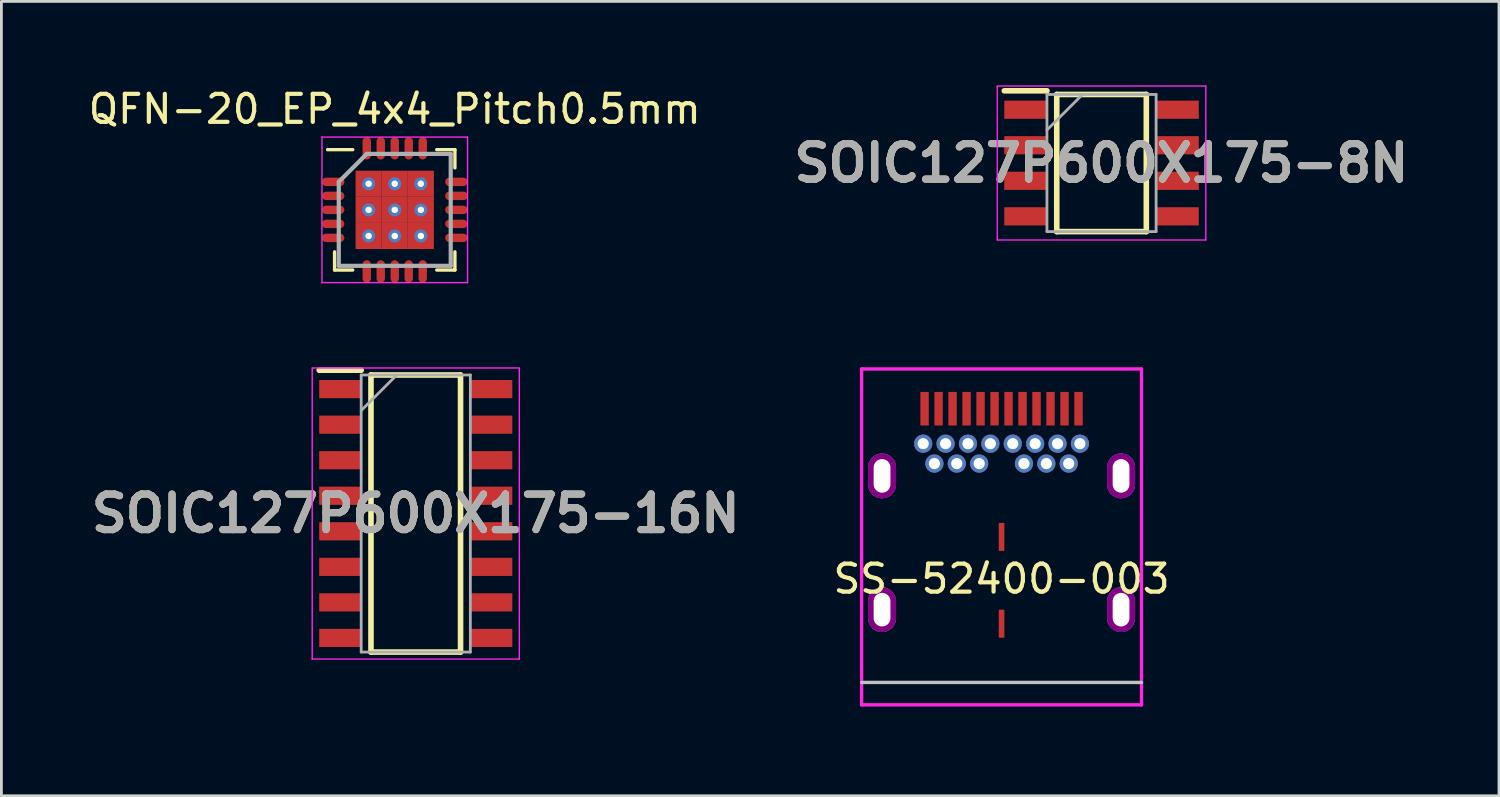
<source format=kicad_pcb>
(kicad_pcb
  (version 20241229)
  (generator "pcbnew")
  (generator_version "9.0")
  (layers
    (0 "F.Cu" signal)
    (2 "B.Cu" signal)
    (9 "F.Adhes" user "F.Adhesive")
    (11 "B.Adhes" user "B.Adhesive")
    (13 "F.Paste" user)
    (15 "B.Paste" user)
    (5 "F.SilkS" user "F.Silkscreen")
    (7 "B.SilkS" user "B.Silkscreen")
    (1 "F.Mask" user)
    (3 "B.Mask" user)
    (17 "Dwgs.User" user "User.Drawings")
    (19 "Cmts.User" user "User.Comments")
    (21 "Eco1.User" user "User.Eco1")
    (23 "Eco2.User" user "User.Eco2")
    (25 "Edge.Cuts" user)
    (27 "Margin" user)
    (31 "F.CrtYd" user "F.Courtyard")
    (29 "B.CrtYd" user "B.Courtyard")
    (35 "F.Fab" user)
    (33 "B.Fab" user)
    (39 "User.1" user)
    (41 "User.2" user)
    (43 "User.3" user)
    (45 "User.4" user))
  (footprint "SS-52400-003"
    (layer "F.Cu")
    (at 32.735 22.133)
    (property "Reference" "SS-52400-003" (at 0 -4.5 0) (layer "F.SilkS") (effects (font (size 1 1) (thickness 0.15))))
    (attr through_hole)
    (fp_line (start -5 -0.8) (end 5 -0.8) (stroke (width 0.12) (type solid)) (layer "Dwgs.User"))
    (fp_line (start -5 -12) (end 5 -12) (stroke (width 0.12) (type solid)) (layer "F.CrtYd"))
    (fp_line (start -5 0) (end -5 -12) (stroke (width 0.12) (type solid)) (layer "F.CrtYd"))
    (fp_line (start 5 -12) (end 5 0) (stroke (width 0.12) (type solid)) (layer "F.CrtYd"))
    (fp_line (start 5 0) (end -5 0) (stroke (width 0.12) (type solid)) (layer "F.CrtYd"))
    (pad "" np_thru_hole oval (at -4.27 -8.18) (size 1 1.6) (drill oval 0.6 1.2) (layers "*.Cu" "*.Adhes" "*.Paste" "*.Mask"))
    (pad "" np_thru_hole oval (at -4.27 -3.4) (size 1 1.6) (drill oval 0.6 1.2) (layers "*.Cu" "*.Adhes" "*.Paste" "*.Mask"))
    (pad "" np_thru_hole oval (at 4.27 -8.18) (size 1 1.6) (drill oval 0.6 1.2) (layers "*.Cu" "*.Adhes" "*.Paste" "*.Mask"))
    (pad "" np_thru_hole oval (at 4.27 -3.4) (size 1 1.6) (drill oval 0.6 1.2) (layers "*.Cu" "*.Adhes" "*.Paste" "*.Mask"))
    (pad "13" smd rect (at 0 -6) (size 0.2 1) (layers "F.Cu" "F.Mask" "F.Paste"))
    (pad "14" smd rect (at 0 -2.9) (size 0.2 1) (layers "F.Cu" "F.Mask" "F.Paste"))
    (pad "A1" smd rect (at -2.75 -10.58) (size 0.3 1.2) (layers "F.Cu" "F.Mask" "F.Paste"))
    (pad "A2" smd rect (at -2.25 -10.58) (size 0.3 1.2) (layers "F.Cu" "F.Mask" "F.Paste"))
    (pad "A3" smd rect (at -1.75 -10.58) (size 0.3 1.2) (layers "F.Cu" "F.Mask" "F.Paste"))
    (pad "A4" smd rect (at -1.25 -10.58) (size 0.3 1.2) (layers "F.Cu" "F.Mask" "F.Paste"))
    (pad "A5" smd rect (at -0.75 -10.58) (size 0.3 1.2) (layers "F.Cu" "F.Mask" "F.Paste"))
    (pad "A6" smd rect (at -0.25 -10.58) (size 0.3 1.2) (layers "F.Cu" "F.Mask" "F.Paste"))
    (pad "A7" smd rect (at 0.25 -10.58) (size 0.3 1.2) (layers "F.Cu" "F.Mask" "F.Paste"))
    (pad "A8" smd rect (at 0.75 -10.58) (size 0.3 1.2) (layers "F.Cu" "F.Mask" "F.Paste"))
    (pad "A9" smd rect (at 1.25 -10.58) (size 0.3 1.2) (layers "F.Cu" "F.Mask" "F.Paste"))
    (pad "A10" smd rect (at 1.75 -10.58) (size 0.3 1.2) (layers "F.Cu" "F.Mask" "F.Paste"))
    (pad "A11" smd rect (at 2.25 -10.58) (size 0.3 1.2) (layers "F.Cu" "F.Mask" "F.Paste"))
    (pad "A12" smd rect (at 2.75 -10.58) (size 0.3 1.2) (layers "F.Cu" "F.Mask" "F.Paste"))
    (pad "B1" thru_hole circle (at 2.8 -9.33) (size 0.65 0.65) (drill 0.4) (layers "*.Cu" "*.Mask"))
    (pad "B2" thru_hole circle (at 2.4 -8.62) (size 0.65 0.65) (drill 0.4) (layers "*.Cu" "*.Mask"))
    (pad "B3" thru_hole circle (at 1.6 -8.62) (size 0.65 0.65) (drill 0.4) (layers "*.Cu" "*.Mask"))
    (pad "B4" thru_hole circle (at 1.2 -9.33) (size 0.65 0.65) (drill 0.4) (layers "*.Cu" "*.Mask"))
    (pad "B5" thru_hole circle (at 0.8 -8.62) (size 0.65 0.65) (drill 0.4) (layers "*.Cu" "*.Mask"))
    (pad "B6" thru_hole circle (at 0.4 -9.33) (size 0.65 0.65) (drill 0.4) (layers "*.Cu" "*.Mask"))
    (pad "B7" thru_hole circle (at -0.4 -9.33) (size 0.65 0.65) (drill 0.4) (layers "*.Cu" "*.Mask"))
    (pad "B8" thru_hole circle (at -0.8 -8.62) (size 0.65 0.65) (drill 0.4) (layers "*.Cu" "*.Mask"))
    (pad "B9" thru_hole circle (at -1.2 -9.33) (size 0.65 0.65) (drill 0.4) (layers "*.Cu" "*.Mask"))
    (pad "B10" thru_hole circle (at -1.6 -8.62) (size 0.65 0.65) (drill 0.4) (layers "*.Cu" "*.Mask"))
    (pad "B11" thru_hole circle (at -2.4 -8.62) (size 0.65 0.65) (drill 0.4) (layers "*.Cu" "*.Mask"))
    (pad "B12" thru_hole circle (at -2.8 -9.33) (size 0.65 0.65) (drill 0.4) (layers "*.Cu" "*.Mask"))
    (pad "S1" thru_hole circle (at -2 -9.33) (size 0.65 0.65) (drill 0.4) (layers "*.Cu" "*.Mask"))
    (pad "S1" thru_hole circle (at 2 -9.33) (size 0.65 0.65) (drill 0.4) (layers "*.Cu" "*.Mask")))
  (footprint "SOIC127P600X175-8N"
    (layer "F.Cu")
    (at 36.307 2.775)
    (property "Reference" "SOIC127P600X175-8N" (at 0 0 0) (layer "F.SilkS") (effects (font (size 1.27 1.27) (thickness 0.254))))
    (attr smd)
    (fp_line (start -3.475 -2.58) (end -1.95 -2.58) (stroke (width 0.2) (type solid)) (layer "F.SilkS"))
    (fp_line (start -1.6 -2.45) (end 1.6 -2.45) (stroke (width 0.2) (type solid)) (layer "F.SilkS"))
    (fp_line (start -1.6 2.45) (end -1.6 -2.45) (stroke (width 0.2) (type solid)) (layer "F.SilkS"))
    (fp_line (start 1.6 -2.45) (end 1.6 2.45) (stroke (width 0.2) (type solid)) (layer "F.SilkS"))
    (fp_line (start 1.6 2.45) (end -1.6 2.45) (stroke (width 0.2) (type solid)) (layer "F.SilkS"))
    (fp_line (start -3.725 -2.75) (end 3.725 -2.75) (stroke (width 0.05) (type solid)) (layer "F.CrtYd"))
    (fp_line (start -3.725 2.75) (end -3.725 -2.75) (stroke (width 0.05) (type solid)) (layer "F.CrtYd"))
    (fp_line (start 3.725 -2.75) (end 3.725 2.75) (stroke (width 0.05) (type solid)) (layer "F.CrtYd"))
    (fp_line (start 3.725 2.75) (end -3.725 2.75) (stroke (width 0.05) (type solid)) (layer "F.CrtYd"))
    (fp_line (start -1.95 -2.45) (end 1.95 -2.45) (stroke (width 0.1) (type solid)) (layer "F.Fab"))
    (fp_line (start -1.95 -1.18) (end -0.68 -2.45) (stroke (width 0.1) (type solid)) (layer "F.Fab"))
    (fp_line (start -1.95 2.45) (end -1.95 -2.45) (stroke (width 0.1) (type solid)) (layer "F.Fab"))
    (fp_line (start 1.95 -2.45) (end 1.95 2.45) (stroke (width 0.1) (type solid)) (layer "F.Fab"))
    (fp_line (start 1.95 2.45) (end -1.95 2.45) (stroke (width 0.1) (type solid)) (layer "F.Fab"))
    (fp_text user "${REFERENCE}" (at 0 0 0) (layer "F.Fab") (effects (font (size 1.27 1.27) (thickness 0.254))))
    (pad "1" smd rect (at -2.712 -1.905 90) (size 0.65 1.525) (layers "F.Cu" "F.Mask" "F.Paste"))
    (pad "2" smd rect (at -2.712 -0.635 90) (size 0.65 1.525) (layers "F.Cu" "F.Mask" "F.Paste"))
    (pad "3" smd rect (at -2.712 0.635 90) (size 0.65 1.525) (layers "F.Cu" "F.Mask" "F.Paste"))
    (pad "4" smd rect (at -2.712 1.905 90) (size 0.65 1.525) (layers "F.Cu" "F.Mask" "F.Paste"))
    (pad "5" smd rect (at 2.712 1.905 90) (size 0.65 1.525) (layers "F.Cu" "F.Mask" "F.Paste"))
    (pad "6" smd rect (at 2.712 0.635 90) (size 0.65 1.525) (layers "F.Cu" "F.Mask" "F.Paste"))
    (pad "7" smd rect (at 2.712 -0.635 90) (size 0.65 1.525) (layers "F.Cu" "F.Mask" "F.Paste"))
    (pad "8" smd rect (at 2.712 -1.905 90) (size 0.65 1.525) (layers "F.Cu" "F.Mask" "F.Paste")))
  (footprint "SOIC127P600X175-16N"
    (layer "F.Cu")
    (at 11.805 15.298)
    (property "Reference" "SOIC127P600X175-16N" (at 0 0 0) (layer "F.SilkS") (effects (font (size 1.27 1.27) (thickness 0.254))))
    (attr smd)
    (fp_line (start -3.45 -5.12) (end -1.95 -5.12) (stroke (width 0.2) (type solid)) (layer "F.SilkS"))
    (fp_line (start -1.6 -4.95) (end 1.6 -4.95) (stroke (width 0.2) (type solid)) (layer "F.SilkS"))
    (fp_line (start -1.6 4.95) (end -1.6 -4.95) (stroke (width 0.2) (type solid)) (layer "F.SilkS"))
    (fp_line (start 1.6 -4.95) (end 1.6 4.95) (stroke (width 0.2) (type solid)) (layer "F.SilkS"))
    (fp_line (start 1.6 4.95) (end -1.6 4.95) (stroke (width 0.2) (type solid)) (layer "F.SilkS"))
    (fp_line (start -3.7 -5.2) (end 3.7 -5.2) (stroke (width 0.05) (type solid)) (layer "F.CrtYd"))
    (fp_line (start -3.7 5.2) (end -3.7 -5.2) (stroke (width 0.05) (type solid)) (layer "F.CrtYd"))
    (fp_line (start 3.7 -5.2) (end 3.7 5.2) (stroke (width 0.05) (type solid)) (layer "F.CrtYd"))
    (fp_line (start 3.7 5.2) (end -3.7 5.2) (stroke (width 0.05) (type solid)) (layer "F.CrtYd"))
    (fp_line (start -1.95 -4.95) (end 1.95 -4.95) (stroke (width 0.1) (type solid)) (layer "F.Fab"))
    (fp_line (start -1.95 -3.68) (end -0.68 -4.95) (stroke (width 0.1) (type solid)) (layer "F.Fab"))
    (fp_line (start -1.95 4.95) (end -1.95 -4.95) (stroke (width 0.1) (type solid)) (layer "F.Fab"))
    (fp_line (start 1.95 -4.95) (end 1.95 4.95) (stroke (width 0.1) (type solid)) (layer "F.Fab"))
    (fp_line (start 1.95 4.95) (end -1.95 4.95) (stroke (width 0.1) (type solid)) (layer "F.Fab"))
    (fp_text user "${REFERENCE}" (at 0 0 0) (layer "F.Fab") (effects (font (size 1.27 1.27) (thickness 0.254))))
    (pad "1" smd rect (at -2.7 -4.445 90) (size 0.65 1.5) (layers "F.Cu" "F.Mask" "F.Paste"))
    (pad "2" smd rect (at -2.7 -3.175 90) (size 0.65 1.5) (layers "F.Cu" "F.Mask" "F.Paste"))
    (pad "3" smd rect (at -2.7 -1.905 90) (size 0.65 1.5) (layers "F.Cu" "F.Mask" "F.Paste"))
    (pad "4" smd rect (at -2.7 -0.635 90) (size 0.65 1.5) (layers "F.Cu" "F.Mask" "F.Paste"))
    (pad "5" smd rect (at -2.7 0.635 90) (size 0.65 1.5) (layers "F.Cu" "F.Mask" "F.Paste"))
    (pad "6" smd rect (at -2.7 1.905 90) (size 0.65 1.5) (layers "F.Cu" "F.Mask" "F.Paste"))
    (pad "7" smd rect (at -2.7 3.175 90) (size 0.65 1.5) (layers "F.Cu" "F.Mask" "F.Paste"))
    (pad "8" smd rect (at -2.7 4.445 90) (size 0.65 1.5) (layers "F.Cu" "F.Mask" "F.Paste"))
    (pad "9" smd rect (at 2.7 4.445 90) (size 0.65 1.5) (layers "F.Cu" "F.Mask" "F.Paste"))
    (pad "10" smd rect (at 2.7 3.175 90) (size 0.65 1.5) (layers "F.Cu" "F.Mask" "F.Paste"))
    (pad "11" smd rect (at 2.7 1.905 90) (size 0.65 1.5) (layers "F.Cu" "F.Mask" "F.Paste"))
    (pad "12" smd rect (at 2.7 0.635 90) (size 0.65 1.5) (layers "F.Cu" "F.Mask" "F.Paste"))
    (pad "13" smd rect (at 2.7 -0.635 90) (size 0.65 1.5) (layers "F.Cu" "F.Mask" "F.Paste"))
    (pad "14" smd rect (at 2.7 -1.905 90) (size 0.65 1.5) (layers "F.Cu" "F.Mask" "F.Paste"))
    (pad "15" smd rect (at 2.7 -3.175 90) (size 0.65 1.5) (layers "F.Cu" "F.Mask" "F.Paste"))
    (pad "16" smd rect (at 2.7 -4.445 90) (size 0.65 1.5) (layers "F.Cu" "F.Mask" "F.Paste")))
  (footprint "QFN-20_EP_4x4_Pitch0.5mm"
    (layer "F.Cu")
    (at 11.054 4.448)
    (property "Reference" "QFN-20_EP_4x4_Pitch0.5mm" (at 0 -3.6 0) (layer "F.SilkS") (effects (font (size 1 1) (thickness 0.15))))
    (attr smd)
    (fp_line (start -2.15 2.15) (end -2.15 1.5) (stroke (width 0.12) (type solid)) (layer "F.SilkS"))
    (fp_line (start -1.5 -2.15) (end -2.4 -2.15) (stroke (width 0.12) (type solid)) (layer "F.SilkS"))
    (fp_line (start -1.5 2.15) (end -2.15 2.15) (stroke (width 0.12) (type solid)) (layer "F.SilkS"))
    (fp_line (start 1.5 -2.15) (end 2.15 -2.15) (stroke (width 0.12) (type solid)) (layer "F.SilkS"))
    (fp_line (start 1.5 2.15) (end 2.15 2.15) (stroke (width 0.12) (type solid)) (layer "F.SilkS"))
    (fp_line (start 2.15 -2.15) (end 2.15 -1.5) (stroke (width 0.12) (type solid)) (layer "F.SilkS"))
    (fp_line (start 2.15 2.15) (end 2.15 1.5) (stroke (width 0.12) (type solid)) (layer "F.SilkS"))
    (fp_line (start -2.6 -2.6) (end 2.6 -2.6) (stroke (width 0.05) (type solid)) (layer "F.CrtYd"))
    (fp_line (start -2.6 2.6) (end -2.6 -2.6) (stroke (width 0.05) (type solid)) (layer "F.CrtYd"))
    (fp_line (start 2.6 -2.6) (end 2.6 2.6) (stroke (width 0.05) (type solid)) (layer "F.CrtYd"))
    (fp_line (start 2.6 2.6) (end -2.6 2.6) (stroke (width 0.05) (type solid)) (layer "F.CrtYd"))
    (fp_line (start -2 -1) (end -2 2) (stroke (width 0.15) (type solid)) (layer "F.Fab"))
    (fp_line (start -2 2) (end 2 2) (stroke (width 0.15) (type solid)) (layer "F.Fab"))
    (fp_line (start -1 -2) (end -2 -1) (stroke (width 0.15) (type solid)) (layer "F.Fab"))
    (fp_line (start 2 -2) (end -1 -2) (stroke (width 0.15) (type solid)) (layer "F.Fab"))
    (fp_line (start 2 2) (end 2 -2) (stroke (width 0.15) (type solid)) (layer "F.Fab"))
    (pad "1" smd oval (at -2.2 -1 90) (size 0.3 0.8) (layers "F.Cu" "F.Mask" "F.Paste"))
    (pad "2" smd oval (at -2.2 -0.5 90) (size 0.3 0.8) (layers "F.Cu" "F.Mask" "F.Paste"))
    (pad "3" smd oval (at -2.2 0 90) (size 0.3 0.8) (layers "F.Cu" "F.Mask" "F.Paste"))
    (pad "4" smd oval (at -2.2 0.5 90) (size 0.3 0.8) (layers "F.Cu" "F.Mask" "F.Paste"))
    (pad "5" smd oval (at -2.2 1 90) (size 0.3 0.8) (layers "F.Cu" "F.Mask" "F.Paste"))
    (pad "6" smd oval (at -1 2.2) (size 0.3 0.8) (layers "F.Cu" "F.Mask" "F.Paste"))
    (pad "7" smd oval (at -0.5 2.2) (size 0.3 0.8) (layers "F.Cu" "F.Mask" "F.Paste"))
    (pad "8" smd oval (at 0 2.2) (size 0.3 0.8) (layers "F.Cu" "F.Mask" "F.Paste"))
    (pad "9" smd oval (at 0.5 2.2) (size 0.3 0.8) (layers "F.Cu" "F.Mask" "F.Paste"))
    (pad "10" smd oval (at 1 2.2) (size 0.3 0.8) (layers "F.Cu" "F.Mask" "F.Paste"))
    (pad "11" smd oval (at 2.2 1 90) (size 0.3 0.8) (layers "F.Cu" "F.Mask" "F.Paste"))
    (pad "12" smd oval (at 2.2 0.5 90) (size 0.3 0.8) (layers "F.Cu" "F.Mask" "F.Paste"))
    (pad "13" smd oval (at 2.2 0 90) (size 0.3 0.8) (layers "F.Cu" "F.Mask" "F.Paste"))
    (pad "14" smd oval (at 2.2 -0.5 90) (size 0.3 0.8) (layers "F.Cu" "F.Mask" "F.Paste"))
    (pad "15" smd oval (at 2.2 -1 90) (size 0.3 0.8) (layers "F.Cu" "F.Mask" "F.Paste"))
    (pad "16" smd oval (at 1 -2.2) (size 0.3 0.8) (layers "F.Cu" "F.Mask" "F.Paste"))
    (pad "17" smd oval (at 0.5 -2.2) (size 0.3 0.8) (layers "F.Cu" "F.Mask" "F.Paste"))
    (pad "18" smd oval (at 0 -2.2) (size 0.3 0.8) (layers "F.Cu" "F.Mask" "F.Paste"))
    (pad "19" smd oval (at -0.5 -2.2) (size 0.3 0.8) (layers "F.Cu" "F.Mask" "F.Paste"))
    (pad "20" smd oval (at -1 -2.2) (size 0.3 0.8) (layers "F.Cu" "F.Mask" "F.Paste"))
    (pad "21" thru_hole circle (at -0.933 -0.933) (size 0.467 0.467) (drill 0.233) (layers "*.Cu" "*.Mask"))
    (pad "21" smd rect (at -0.933 -0.933) (size 0.933 0.933) (layers "F.Cu" "F.Mask" "F.Paste"))
    (pad "21" thru_hole circle (at -0.933 0) (size 0.467 0.467) (drill 0.233) (layers "*.Cu" "*.Mask"))
    (pad "21" smd rect (at -0.933 0) (size 0.933 0.933) (layers "F.Cu" "F.Mask" "F.Paste"))
    (pad "21" thru_hole circle (at -0.933 0.933) (size 0.467 0.467) (drill 0.233) (layers "*.Cu" "*.Mask"))
    (pad "21" smd rect (at -0.933 0.933) (size 0.933 0.933) (layers "F.Cu" "F.Mask" "F.Paste"))
    (pad "21" thru_hole circle (at 0 -0.933) (size 0.467 0.467) (drill 0.233) (layers "*.Cu" "*.Mask"))
    (pad "21" smd rect (at 0 -0.933) (size 0.933 0.933) (layers "F.Cu" "F.Mask" "F.Paste"))
    (pad "21" thru_hole circle (at 0 0) (size 0.467 0.467) (drill 0.233) (layers "*.Cu" "*.Mask"))
    (pad "21" smd rect (at 0 0) (size 0.933 0.933) (layers "F.Cu" "F.Mask" "F.Paste"))
    (pad "21" thru_hole circle (at 0 0.933) (size 0.467 0.467) (drill 0.233) (layers "*.Cu" "*.Mask"))
    (pad "21" smd rect (at 0 0.933) (size 0.933 0.933) (layers "F.Cu" "F.Mask" "F.Paste"))
    (pad "21" thru_hole circle (at 0.933 -0.933) (size 0.467 0.467) (drill 0.233) (layers "*.Cu" "*.Mask"))
    (pad "21" smd rect (at 0.933 -0.933) (size 0.933 0.933) (layers "F.Cu" "F.Mask" "F.Paste"))
    (pad "21" thru_hole circle (at 0.933 0) (size 0.467 0.467) (drill 0.233) (layers "*.Cu" "*.Mask"))
    (pad "21" smd rect (at 0.933 0) (size 0.933 0.933) (layers "F.Cu" "F.Mask" "F.Paste"))
    (pad "21" thru_hole circle (at 0.933 0.933) (size 0.467 0.467) (drill 0.233) (layers "*.Cu" "*.Mask"))
    (pad "21" smd rect (at 0.933 0.933) (size 0.933 0.933) (layers "F.Cu" "F.Mask" "F.Paste")))
  (gr_rect
    (start -3 -3)
    (end 50.508 25.383)
    (stroke (width 0.1) (type default))
    (fill no)
    (layer "Edge.Cuts")))
</source>
